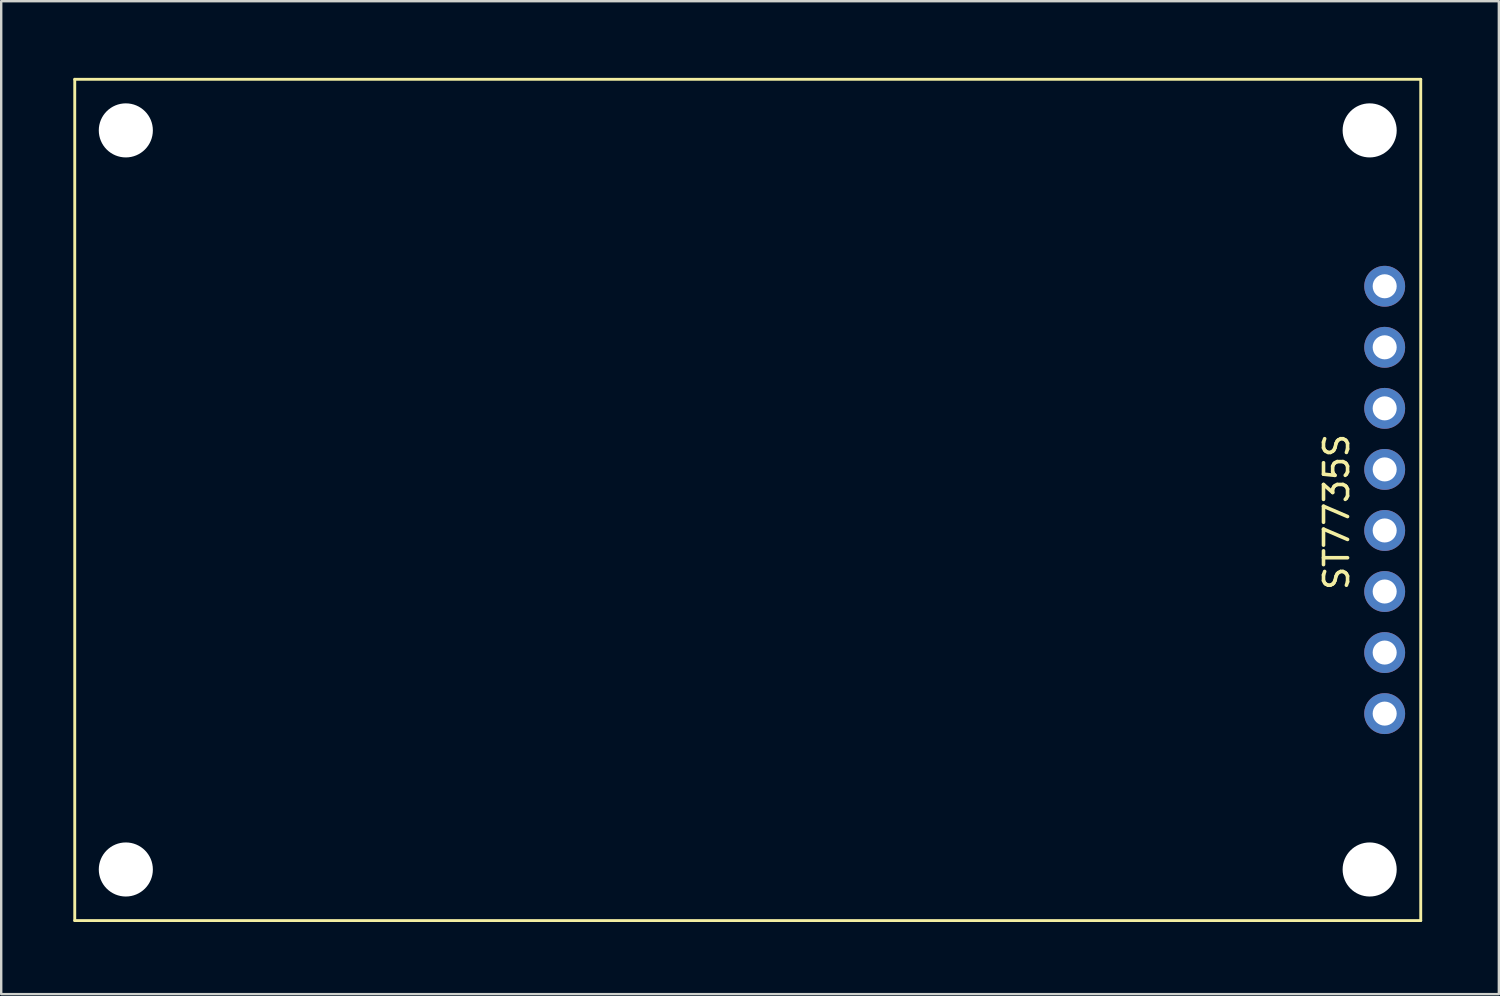
<source format=kicad_pcb>
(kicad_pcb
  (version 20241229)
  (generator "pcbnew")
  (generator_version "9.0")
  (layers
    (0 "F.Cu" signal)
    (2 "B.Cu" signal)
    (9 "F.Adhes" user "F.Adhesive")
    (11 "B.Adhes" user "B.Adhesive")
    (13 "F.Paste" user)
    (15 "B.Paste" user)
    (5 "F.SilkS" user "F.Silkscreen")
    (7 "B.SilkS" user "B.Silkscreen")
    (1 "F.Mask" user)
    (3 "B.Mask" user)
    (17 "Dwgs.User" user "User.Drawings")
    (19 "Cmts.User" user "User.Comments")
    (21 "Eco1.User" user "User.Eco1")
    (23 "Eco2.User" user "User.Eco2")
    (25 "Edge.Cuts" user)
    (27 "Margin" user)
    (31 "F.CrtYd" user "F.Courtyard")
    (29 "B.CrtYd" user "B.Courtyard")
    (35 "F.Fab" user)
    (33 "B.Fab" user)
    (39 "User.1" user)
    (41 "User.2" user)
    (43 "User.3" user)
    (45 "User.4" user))
  (footprint "ST7735S"
    (layer "F.Cu")
    (at 56.06 0.25)
    (property "Reference" "ST7735S" (at -3.5 18 90) (layer "F.SilkS") (effects (font (size 1 1) (thickness 0.15))))
    (attr through_hole)
    (fp_line (start -56 0) (end -56 35) (stroke (width 0.12) (type solid)) (layer "F.SilkS"))
    (fp_line (start -56 35) (end 0 35) (stroke (width 0.12) (type solid)) (layer "F.SilkS"))
    (fp_line (start 0 0) (end -56 0) (stroke (width 0.12) (type solid)) (layer "F.SilkS"))
    (fp_line (start 0 35) (end 0 0) (stroke (width 0.12) (type solid)) (layer "F.SilkS"))
    (pad "" np_thru_hole circle (at -53.875 2.125) (size 2.25 2.25) (drill 2.25) (layers "*.Cu" "*.Mask"))
    (pad "" np_thru_hole circle (at -53.875 32.875) (size 2.25 2.25) (drill 2.25) (layers "*.Cu" "*.Mask"))
    (pad "" np_thru_hole circle (at -2.125 2.125) (size 2.25 2.25) (drill 2.25) (layers "*.Cu" "*.Mask"))
    (pad "" np_thru_hole circle (at -2.125 32.875) (size 2.25 2.25) (drill 2.25) (layers "*.Cu" "*.Mask"))
    (pad "1" thru_hole circle (at -1.5 8.61) (size 1.7 1.7) (drill 1) (layers "*.Cu" "*.Mask"))
    (pad "2" thru_hole circle (at -1.5 11.15) (size 1.7 1.7) (drill 1) (layers "*.Cu" "*.Mask"))
    (pad "3" thru_hole circle (at -1.5 13.69) (size 1.7 1.7) (drill 1) (layers "*.Cu" "*.Mask"))
    (pad "4" thru_hole circle (at -1.5 16.23) (size 1.7 1.7) (drill 1) (layers "*.Cu" "*.Mask"))
    (pad "5" thru_hole circle (at -1.5 18.77) (size 1.7 1.7) (drill 1) (layers "*.Cu" "*.Mask"))
    (pad "6" thru_hole circle (at -1.5 21.31) (size 1.7 1.7) (drill 1) (layers "*.Cu" "*.Mask"))
    (pad "7" thru_hole circle (at -1.5 23.85) (size 1.7 1.7) (drill 1) (layers "*.Cu" "*.Mask"))
    (pad "8" thru_hole circle (at -1.5 26.39) (size 1.7 1.7) (drill 1) (layers "*.Cu" "*.Mask")))
  (gr_rect
    (start -3 -3)
    (end 59.31 38.31)
    (stroke (width 0.1) (type default))
    (fill no)
    (layer "Edge.Cuts")))
</source>
